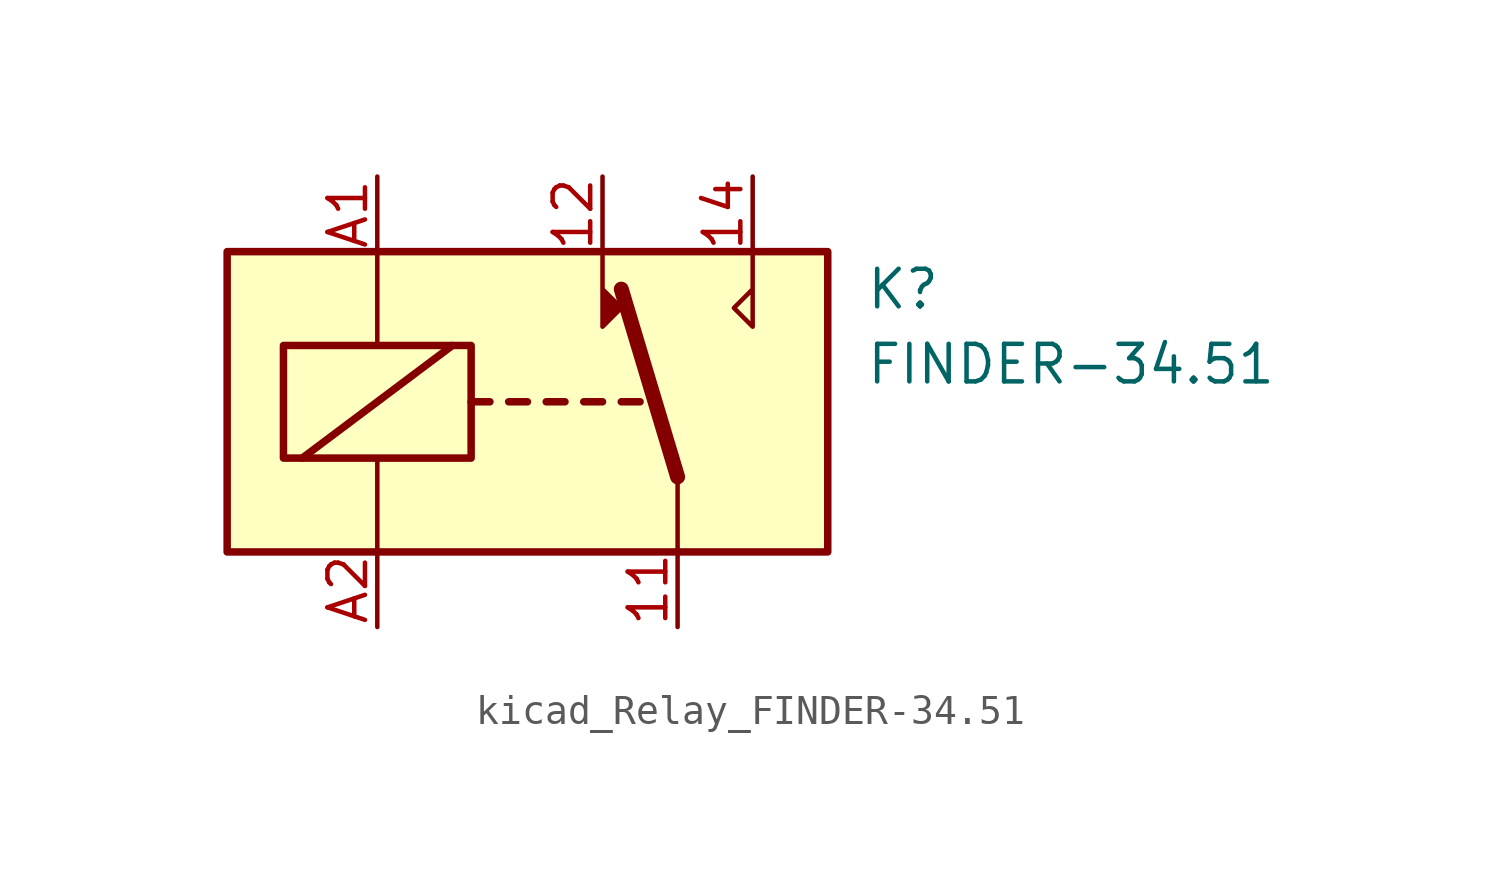
<source format=kicad_sym>
(kicad_symbol_lib
  (version 20220914)
  (generator kicad_symbol_editor)
  (symbol "kicad_Relay_FINDER-34.51"
    (property "Reference" "K"
      (at 11.43 3.81 0)
      (effects (font (size 1.27 1.27)) (justify left)))
    (property "Value" "FINDER-34.51"
      (at 11.43 1.27 0)
      (effects (font (size 1.27 1.27)) (justify left)))
    (symbol "kicad_Relay_FINDER-34.51_0_0"
      (polyline (pts (xy 7.62 5.08) (xy 7.62 2.54) (xy 6.985 3.175) (xy 7.62 3.81)) (stroke (width 0) (type default)) (fill (type none))))
    (symbol "kicad_Relay_FINDER-34.51_0_1"
      (rectangle (start -10.16 5.08) (end 10.16 -5.08) (stroke (width 0.254) (type default)) (fill (type background)))
      (rectangle (start -8.255 1.905) (end -1.905 -1.905) (stroke (width 0.254) (type default)) (fill (type none)))
      (polyline (pts (xy -7.62 -1.905) (xy -2.54 1.905)) (stroke (width 0.254) (type default)) (fill (type none)))
      (polyline (pts (xy -5.08 -5.08) (xy -5.08 -1.905)) (stroke (width 0) (type default)) (fill (type none)))
      (polyline (pts (xy -5.08 5.08) (xy -5.08 1.905)) (stroke (width 0) (type default)) (fill (type none)))
      (polyline (pts (xy -1.905 0) (xy -1.27 0)) (stroke (width 0.254) (type default)) (fill (type none)))
      (polyline (pts (xy -0.635 0) (xy 0 0)) (stroke (width 0.254) (type default)) (fill (type none)))
      (polyline (pts (xy 0.635 0) (xy 1.27 0)) (stroke (width 0.254) (type default)) (fill (type none)))
      (polyline (pts (xy 1.905 0) (xy 2.54 0)) (stroke (width 0.254) (type default)) (fill (type none)))
      (polyline (pts (xy 3.175 0) (xy 3.81 0)) (stroke (width 0.254) (type default)) (fill (type none)))
      (polyline (pts (xy 5.08 -2.54) (xy 3.175 3.81)) (stroke (width 0.508) (type default)) (fill (type none)))
      (polyline (pts (xy 5.08 -2.54) (xy 5.08 -5.08)) (stroke (width 0) (type default)) (fill (type none)))
      (polyline (pts (xy 2.54 5.08) (xy 2.54 2.54) (xy 3.175 3.175) (xy 2.54 3.81)) (stroke (width 0) (type default)) (fill (type outline))))
    (symbol "kicad_Relay_FINDER-34.51_1_1"
      (pin passive line (at 5.08 -7.62 90) (length 2.54) (name "~" (effects (font (size 1.27 1.27)))) (number "11" (effects (font (size 1.27 1.27)))))
      (pin passive line (at 2.54 7.62 270) (length 2.54) (name "~" (effects (font (size 1.27 1.27)))) (number "12" (effects (font (size 1.27 1.27)))))
      (pin passive line (at 7.62 7.62 270) (length 2.54) (name "~" (effects (font (size 1.27 1.27)))) (number "14" (effects (font (size 1.27 1.27)))))
      (pin passive line (at -5.08 7.62 270) (length 2.54) (name "~" (effects (font (size 1.27 1.27)))) (number "A1" (effects (font (size 1.27 1.27)))))
      (pin passive line (at -5.08 -7.62 90) (length 2.54) (name "~" (effects (font (size 1.27 1.27)))) (number "A2" (effects (font (size 1.27 1.27))))))))
</source>
